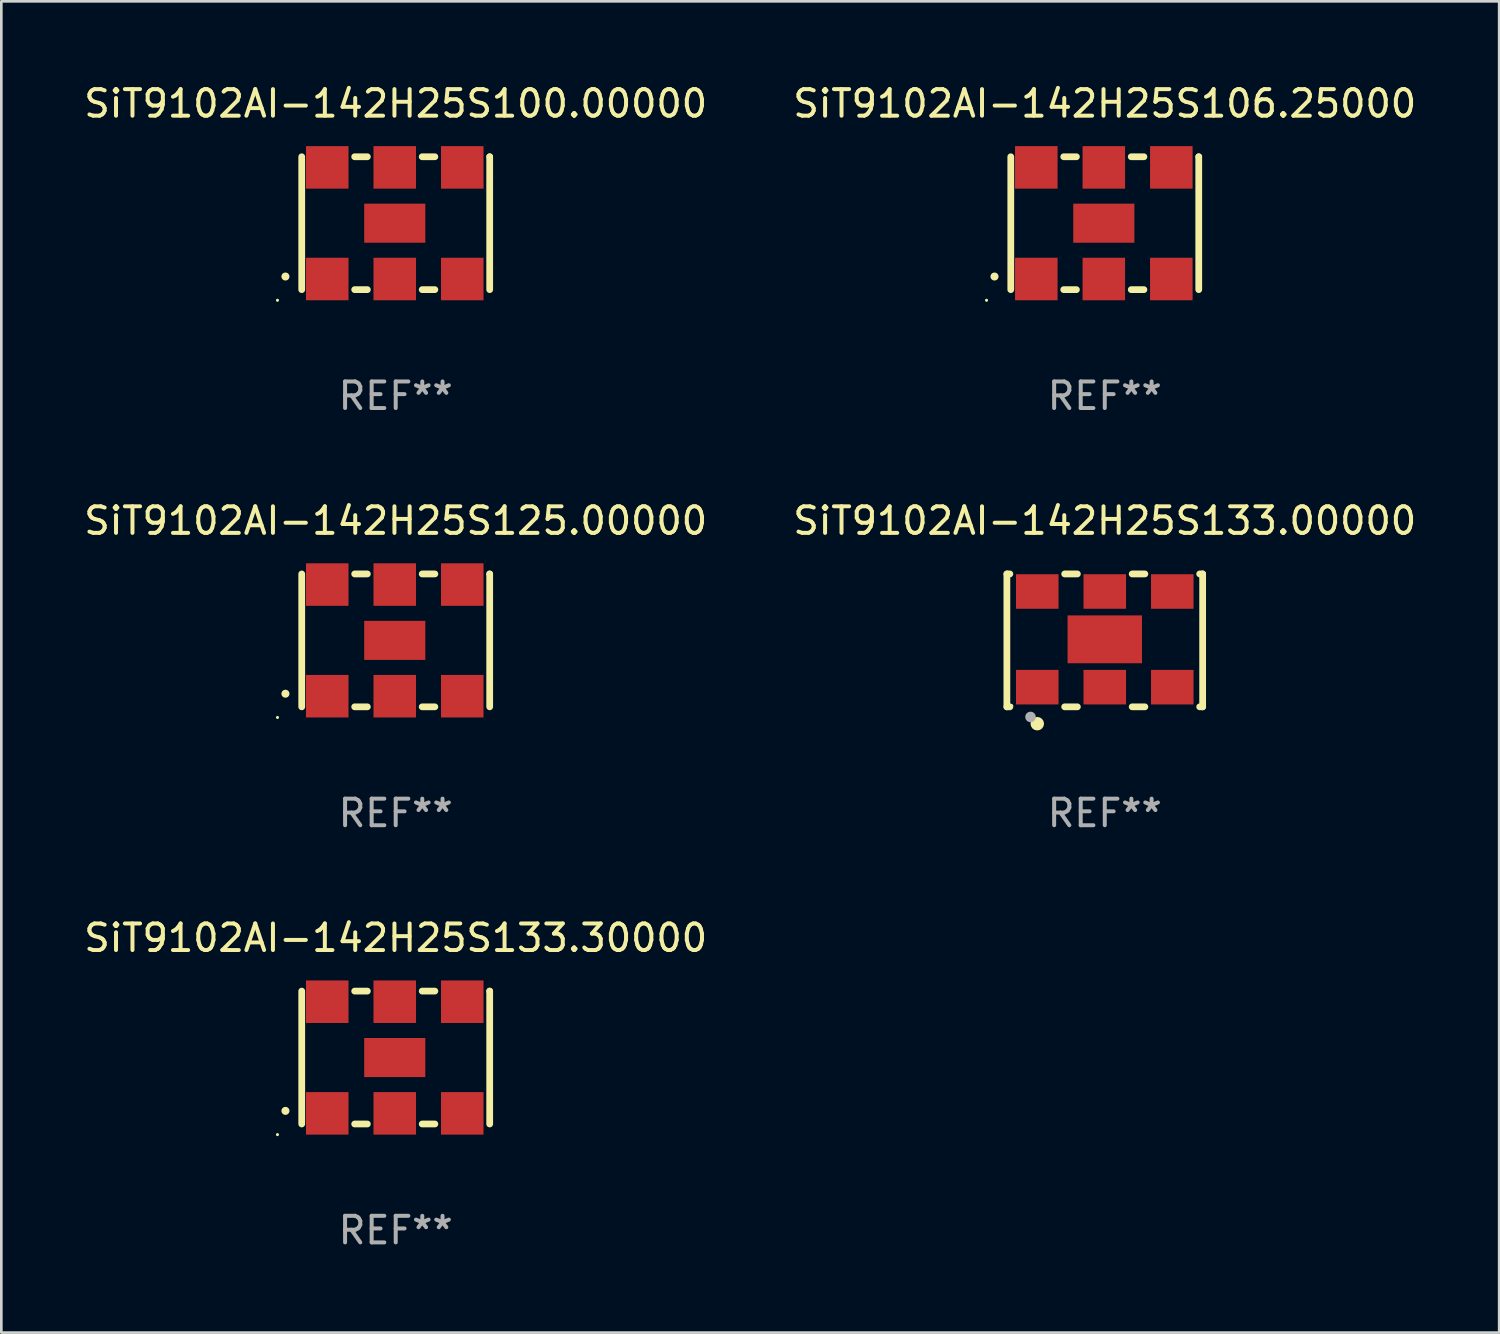
<source format=kicad_pcb>
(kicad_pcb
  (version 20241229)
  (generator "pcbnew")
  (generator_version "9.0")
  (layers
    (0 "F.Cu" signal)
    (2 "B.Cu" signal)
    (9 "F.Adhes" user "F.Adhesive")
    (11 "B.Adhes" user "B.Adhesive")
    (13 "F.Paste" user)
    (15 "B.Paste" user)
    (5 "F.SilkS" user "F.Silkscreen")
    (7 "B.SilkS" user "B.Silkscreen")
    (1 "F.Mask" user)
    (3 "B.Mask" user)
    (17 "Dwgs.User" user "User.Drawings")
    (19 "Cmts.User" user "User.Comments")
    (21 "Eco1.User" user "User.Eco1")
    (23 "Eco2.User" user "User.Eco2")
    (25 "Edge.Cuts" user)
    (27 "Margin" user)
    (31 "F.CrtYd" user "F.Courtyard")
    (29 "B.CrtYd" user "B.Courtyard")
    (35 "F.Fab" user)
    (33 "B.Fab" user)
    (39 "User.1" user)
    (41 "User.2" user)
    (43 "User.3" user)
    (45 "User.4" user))
  (footprint "SiT9102AI-142H25S133.00000"
    (layer "F.Cu")
    (at 38.518 21.045)
    (property "Reference" "SiT9102AI-142H25S133.00000" (at 0 -4.5 0) (layer "F.SilkS") (effects (font (size 1 1) (thickness 0.15))))
    (attr through_hole)
    (fp_line (start -3.683 -2.5) (end -3.571 -2.5) (stroke (width 0.254) (type solid)) (layer "F.SilkS"))
    (fp_line (start -3.683 2.5) (end -3.683 -2.5) (stroke (width 0.254) (type solid)) (layer "F.SilkS"))
    (fp_line (start -3.683 2.5) (end -3.571 2.5) (stroke (width 0.254) (type solid)) (layer "F.SilkS"))
    (fp_line (start -1.509 -2.5) (end -1.031 -2.5) (stroke (width 0.254) (type solid)) (layer "F.SilkS"))
    (fp_line (start -1.509 2.5) (end -1.031 2.5) (stroke (width 0.254) (type solid)) (layer "F.SilkS"))
    (fp_line (start 1.031 -2.5) (end 1.509 -2.5) (stroke (width 0.254) (type solid)) (layer "F.SilkS"))
    (fp_line (start 1.031 2.5) (end 1.509 2.5) (stroke (width 0.254) (type solid)) (layer "F.SilkS"))
    (fp_line (start 3.571 -2.5) (end 3.683 -2.5) (stroke (width 0.254) (type solid)) (layer "F.SilkS"))
    (fp_line (start 3.571 2.5) (end 3.683 2.5) (stroke (width 0.254) (type solid)) (layer "F.SilkS"))
    (fp_line (start 3.683 2.5) (end 3.683 -2.5) (stroke (width 0.254) (type solid)) (layer "F.SilkS"))
    (fp_circle (center -3.5 2.46) (end -3.47 2.46) (stroke (width 0.06) (type solid)) (fill no) (layer "F.SilkS"))
    (fp_circle (center -2.54 3.135) (end -2.413 3.135) (stroke (width 0.254) (type solid)) (fill no) (layer "F.SilkS"))
    (fp_circle (center -2.794 2.881) (end -2.694 2.881) (stroke (width 0.2) (type solid)) (fill no) (layer "F.Fab"))
    (fp_text user "REF**" (at 0 6.5 0) (layer "F.Fab") (effects (font (size 1 1) (thickness 0.15))))
    (pad "1" smd rect (at -2.54 1.76) (size 1.6 1.3) (layers "F.Cu" "F.Mask" "F.Paste"))
    (pad "2" smd rect (at 0 1.76) (size 1.6 1.3) (layers "F.Cu" "F.Mask" "F.Paste"))
    (pad "3" smd rect (at 2.54 1.76) (size 1.6 1.3) (layers "F.Cu" "F.Mask" "F.Paste"))
    (pad "4" smd rect (at 2.54 -1.84) (size 1.6 1.3) (layers "F.Cu" "F.Mask" "F.Paste"))
    (pad "5" smd rect (at 0 -1.84) (size 1.6 1.3) (layers "F.Cu" "F.Mask" "F.Paste"))
    (pad "6" smd rect (at -2.54 -1.84) (size 1.6 1.3) (layers "F.Cu" "F.Mask" "F.Paste"))
    (pad "7" smd rect (at 0 -0.04) (size 2.8 1.8) (layers "F.Cu" "F.Mask" "F.Paste")))
  (footprint "SiT9102AI-142H25S125.00000"
    (layer "F.Cu")
    (at 11.839 21.045)
    (property "Reference" "SiT9102AI-142H25S125.00000" (at 0 -4.5 0) (layer "F.SilkS") (effects (font (size 1 1) (thickness 0.15))))
    (attr through_hole)
    (fp_line (start -3.536 -2.5) (end -3.536 2.5) (stroke (width 0.254) (type solid)) (layer "F.SilkS"))
    (fp_line (start -1.544 2.5) (end -1.067 2.5) (stroke (width 0.254) (type solid)) (layer "F.SilkS"))
    (fp_line (start -1.067 -2.5) (end -1.544 -2.5) (stroke (width 0.254) (type solid)) (layer "F.SilkS"))
    (fp_line (start 0.996 2.5) (end 1.473 2.5) (stroke (width 0.254) (type solid)) (layer "F.SilkS"))
    (fp_line (start 1.473 -2.5) (end 0.996 -2.5) (stroke (width 0.254) (type solid)) (layer "F.SilkS"))
    (fp_line (start 3.536 -2.5) (end 3.536 -2.5) (stroke (width 0.254) (type solid)) (layer "F.SilkS"))
    (fp_line (start 3.536 2.5) (end 3.536 -2.5) (stroke (width 0.254) (type solid)) (layer "F.SilkS"))
    (fp_arc (start -4.150432 2.006604) (mid -4.149162 2.006599) (end -4.147892 2.006604) (stroke (width 0.3) (type solid)) (layer "F.SilkS"))
    (fp_circle (center -4.449 2.9) (end -4.419 2.9) (stroke (width 0.06) (type solid)) (fill no) (layer "F.SilkS"))
    (fp_text user "REF**" (at 0 6.5 0) (layer "F.Fab") (effects (font (size 1 1) (thickness 0.15))))
    (pad "1" smd rect (at -2.576 2.1) (size 1.6 1.6) (layers "F.Cu" "F.Mask" "F.Paste"))
    (pad "2" smd rect (at -0.036 2.1) (size 1.6 1.6) (layers "F.Cu" "F.Mask" "F.Paste"))
    (pad "3" smd rect (at 2.504 2.1) (size 1.6 1.6) (layers "F.Cu" "F.Mask" "F.Paste"))
    (pad "4" smd rect (at 2.504 -2.1) (size 1.6 1.6) (layers "F.Cu" "F.Mask" "F.Paste"))
    (pad "5" smd rect (at -0.036 -2.1) (size 1.6 1.6) (layers "F.Cu" "F.Mask" "F.Paste"))
    (pad "6" smd rect (at -2.576 -2.1) (size 1.6 1.6) (layers "F.Cu" "F.Mask" "F.Paste"))
    (pad "7" smd rect (at -0.036 0) (size 2.3 1.47) (layers "F.Cu" "F.Mask" "F.Paste")))
  (footprint "SiT9102AI-142H25S106.25000"
    (layer "F.Cu")
    (at 38.518 5.348)
    (property "Reference" "SiT9102AI-142H25S106.25000" (at 0 -4.5 0) (layer "F.SilkS") (effects (font (size 1 1) (thickness 0.15))))
    (attr through_hole)
    (fp_line (start -3.536 -2.5) (end -3.536 2.5) (stroke (width 0.254) (type solid)) (layer "F.SilkS"))
    (fp_line (start -1.544 2.5) (end -1.067 2.5) (stroke (width 0.254) (type solid)) (layer "F.SilkS"))
    (fp_line (start -1.067 -2.5) (end -1.544 -2.5) (stroke (width 0.254) (type solid)) (layer "F.SilkS"))
    (fp_line (start 0.996 2.5) (end 1.473 2.5) (stroke (width 0.254) (type solid)) (layer "F.SilkS"))
    (fp_line (start 1.473 -2.5) (end 0.996 -2.5) (stroke (width 0.254) (type solid)) (layer "F.SilkS"))
    (fp_line (start 3.536 -2.5) (end 3.536 -2.5) (stroke (width 0.254) (type solid)) (layer "F.SilkS"))
    (fp_line (start 3.536 2.5) (end 3.536 -2.5) (stroke (width 0.254) (type solid)) (layer "F.SilkS"))
    (fp_arc (start -4.150432 2.006604) (mid -4.149162 2.006599) (end -4.147892 2.006604) (stroke (width 0.3) (type solid)) (layer "F.SilkS"))
    (fp_circle (center -4.449 2.9) (end -4.419 2.9) (stroke (width 0.06) (type solid)) (fill no) (layer "F.SilkS"))
    (fp_text user "REF**" (at 0 6.5 0) (layer "F.Fab") (effects (font (size 1 1) (thickness 0.15))))
    (pad "1" smd rect (at -2.576 2.1) (size 1.6 1.6) (layers "F.Cu" "F.Mask" "F.Paste"))
    (pad "2" smd rect (at -0.036 2.1) (size 1.6 1.6) (layers "F.Cu" "F.Mask" "F.Paste"))
    (pad "3" smd rect (at 2.504 2.1) (size 1.6 1.6) (layers "F.Cu" "F.Mask" "F.Paste"))
    (pad "4" smd rect (at 2.504 -2.1) (size 1.6 1.6) (layers "F.Cu" "F.Mask" "F.Paste"))
    (pad "5" smd rect (at -0.036 -2.1) (size 1.6 1.6) (layers "F.Cu" "F.Mask" "F.Paste"))
    (pad "6" smd rect (at -2.576 -2.1) (size 1.6 1.6) (layers "F.Cu" "F.Mask" "F.Paste"))
    (pad "7" smd rect (at -0.036 0) (size 2.3 1.47) (layers "F.Cu" "F.Mask" "F.Paste")))
  (footprint "SiT9102AI-142H25S100.00000"
    (layer "F.Cu")
    (at 11.839 5.348)
    (property "Reference" "SiT9102AI-142H25S100.00000" (at 0 -4.5 0) (layer "F.SilkS") (effects (font (size 1 1) (thickness 0.15))))
    (attr through_hole)
    (fp_line (start -3.536 -2.5) (end -3.536 2.5) (stroke (width 0.254) (type solid)) (layer "F.SilkS"))
    (fp_line (start -1.544 2.5) (end -1.067 2.5) (stroke (width 0.254) (type solid)) (layer "F.SilkS"))
    (fp_line (start -1.067 -2.5) (end -1.544 -2.5) (stroke (width 0.254) (type solid)) (layer "F.SilkS"))
    (fp_line (start 0.996 2.5) (end 1.473 2.5) (stroke (width 0.254) (type solid)) (layer "F.SilkS"))
    (fp_line (start 1.473 -2.5) (end 0.996 -2.5) (stroke (width 0.254) (type solid)) (layer "F.SilkS"))
    (fp_line (start 3.536 -2.5) (end 3.536 -2.5) (stroke (width 0.254) (type solid)) (layer "F.SilkS"))
    (fp_line (start 3.536 2.5) (end 3.536 -2.5) (stroke (width 0.254) (type solid)) (layer "F.SilkS"))
    (fp_arc (start -4.150432 2.006604) (mid -4.149162 2.006599) (end -4.147892 2.006604) (stroke (width 0.3) (type solid)) (layer "F.SilkS"))
    (fp_circle (center -4.449 2.9) (end -4.419 2.9) (stroke (width 0.06) (type solid)) (fill no) (layer "F.SilkS"))
    (fp_text user "REF**" (at 0 6.5 0) (layer "F.Fab") (effects (font (size 1 1) (thickness 0.15))))
    (pad "1" smd rect (at -2.576 2.1) (size 1.6 1.6) (layers "F.Cu" "F.Mask" "F.Paste"))
    (pad "2" smd rect (at -0.036 2.1) (size 1.6 1.6) (layers "F.Cu" "F.Mask" "F.Paste"))
    (pad "3" smd rect (at 2.504 2.1) (size 1.6 1.6) (layers "F.Cu" "F.Mask" "F.Paste"))
    (pad "4" smd rect (at 2.504 -2.1) (size 1.6 1.6) (layers "F.Cu" "F.Mask" "F.Paste"))
    (pad "5" smd rect (at -0.036 -2.1) (size 1.6 1.6) (layers "F.Cu" "F.Mask" "F.Paste"))
    (pad "6" smd rect (at -2.576 -2.1) (size 1.6 1.6) (layers "F.Cu" "F.Mask" "F.Paste"))
    (pad "7" smd rect (at -0.036 0) (size 2.3 1.47) (layers "F.Cu" "F.Mask" "F.Paste")))
  (footprint "SiT9102AI-142H25S133.30000"
    (layer "F.Cu")
    (at 11.839 36.741)
    (property "Reference" "SiT9102AI-142H25S133.30000" (at 0 -4.5 0) (layer "F.SilkS") (effects (font (size 1 1) (thickness 0.15))))
    (attr through_hole)
    (fp_line (start -3.536 -2.5) (end -3.536 2.5) (stroke (width 0.254) (type solid)) (layer "F.SilkS"))
    (fp_line (start -1.544 2.5) (end -1.067 2.5) (stroke (width 0.254) (type solid)) (layer "F.SilkS"))
    (fp_line (start -1.067 -2.5) (end -1.544 -2.5) (stroke (width 0.254) (type solid)) (layer "F.SilkS"))
    (fp_line (start 0.996 2.5) (end 1.473 2.5) (stroke (width 0.254) (type solid)) (layer "F.SilkS"))
    (fp_line (start 1.473 -2.5) (end 0.996 -2.5) (stroke (width 0.254) (type solid)) (layer "F.SilkS"))
    (fp_line (start 3.536 -2.5) (end 3.536 -2.5) (stroke (width 0.254) (type solid)) (layer "F.SilkS"))
    (fp_line (start 3.536 2.5) (end 3.536 -2.5) (stroke (width 0.254) (type solid)) (layer "F.SilkS"))
    (fp_arc (start -4.150432 2.006604) (mid -4.149162 2.006599) (end -4.147892 2.006604) (stroke (width 0.3) (type solid)) (layer "F.SilkS"))
    (fp_circle (center -4.449 2.9) (end -4.419 2.9) (stroke (width 0.06) (type solid)) (fill no) (layer "F.SilkS"))
    (fp_text user "REF**" (at 0 6.5 0) (layer "F.Fab") (effects (font (size 1 1) (thickness 0.15))))
    (pad "1" smd rect (at -2.576 2.1) (size 1.6 1.6) (layers "F.Cu" "F.Mask" "F.Paste"))
    (pad "2" smd rect (at -0.036 2.1) (size 1.6 1.6) (layers "F.Cu" "F.Mask" "F.Paste"))
    (pad "3" smd rect (at 2.504 2.1) (size 1.6 1.6) (layers "F.Cu" "F.Mask" "F.Paste"))
    (pad "4" smd rect (at 2.504 -2.1) (size 1.6 1.6) (layers "F.Cu" "F.Mask" "F.Paste"))
    (pad "5" smd rect (at -0.036 -2.1) (size 1.6 1.6) (layers "F.Cu" "F.Mask" "F.Paste"))
    (pad "6" smd rect (at -2.576 -2.1) (size 1.6 1.6) (layers "F.Cu" "F.Mask" "F.Paste"))
    (pad "7" smd rect (at -0.036 0) (size 2.3 1.47) (layers "F.Cu" "F.Mask" "F.Paste")))
  (gr_rect
    (start -3 -3)
    (end 53.357 47.09)
    (stroke (width 0.1) (type default))
    (fill no)
    (layer "Edge.Cuts")))
</source>
